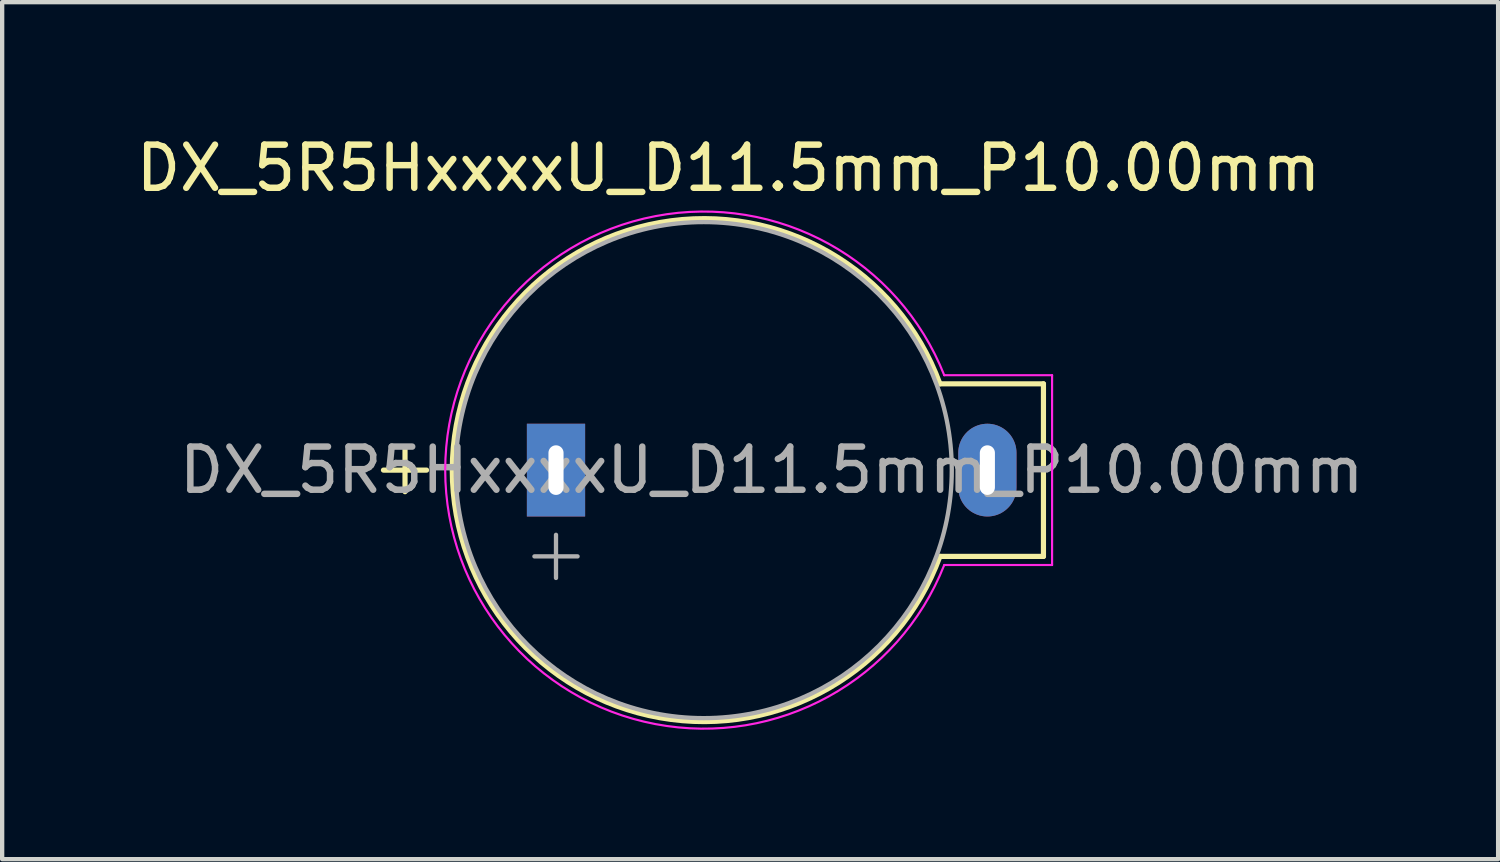
<source format=kicad_pcb>
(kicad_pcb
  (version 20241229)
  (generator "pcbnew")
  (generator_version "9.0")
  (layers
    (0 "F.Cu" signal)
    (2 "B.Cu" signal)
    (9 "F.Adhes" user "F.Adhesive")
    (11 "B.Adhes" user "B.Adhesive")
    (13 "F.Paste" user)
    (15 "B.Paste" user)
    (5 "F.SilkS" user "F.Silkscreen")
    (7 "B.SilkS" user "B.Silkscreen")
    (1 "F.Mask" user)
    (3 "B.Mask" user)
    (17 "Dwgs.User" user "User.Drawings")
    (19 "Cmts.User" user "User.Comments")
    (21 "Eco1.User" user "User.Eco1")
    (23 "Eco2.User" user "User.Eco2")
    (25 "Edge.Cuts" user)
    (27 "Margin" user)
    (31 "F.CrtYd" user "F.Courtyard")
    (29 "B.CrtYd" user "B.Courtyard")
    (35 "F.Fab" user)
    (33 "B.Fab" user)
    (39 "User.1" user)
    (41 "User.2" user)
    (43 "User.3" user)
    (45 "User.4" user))
  (footprint "DX_5R5HxxxxU_D11.5mm_P10.00mm"
    (layer "F.Cu")
    (at 9.839 7.848)
    (property "Reference" "DX_5R5HxxxxU_D11.5mm_P10.00mm" (at 4 -7 0) (layer "F.SilkS") (effects (font (size 1 1) (thickness 0.15))))
    (attr through_hole)
    (fp_line (start -4 0) (end -3 0) (stroke (width 0.12) (type solid)) (layer "F.SilkS"))
    (fp_line (start -3.5 -0.5) (end -3.5 0.5) (stroke (width 0.12) (type solid)) (layer "F.SilkS"))
    (fp_line (start 8.9 -2) (end 11.3 -2) (stroke (width 0.12) (type solid)) (layer "F.SilkS"))
    (fp_line (start 11.3 -2) (end 11.3 2) (stroke (width 0.12) (type solid)) (layer "F.SilkS"))
    (fp_line (start 11.3 2) (end 8.9 2) (stroke (width 0.12) (type solid)) (layer "F.SilkS"))
    (fp_arc (start 8.9 2) (mid -2.403861 0) (end 8.9 -2) (stroke (width 0.12) (type solid)) (layer "F.SilkS"))
    (fp_line (start 9 -2.2) (end 11.5 -2.2) (stroke (width 0.05) (type solid)) (layer "F.CrtYd"))
    (fp_line (start 11.5 -2.2) (end 11.5 2.2) (stroke (width 0.05) (type solid)) (layer "F.CrtYd"))
    (fp_line (start 11.5 2.2) (end 9 2.2) (stroke (width 0.05) (type solid)) (layer "F.CrtYd"))
    (fp_arc (start 9 2.2) (mid -2.568382 0) (end 9 -2.2) (stroke (width 0.05) (type solid)) (layer "F.CrtYd"))
    (fp_line (start -0.5 2) (end 0.5 2) (stroke (width 0.1) (type solid)) (layer "F.Fab"))
    (fp_line (start 0 1.5) (end 0 2.5) (stroke (width 0.1) (type solid)) (layer "F.Fab"))
    (fp_circle (center 3.425 0) (end 9.175 0) (stroke (width 0.1) (type solid)) (fill no) (layer "F.Fab"))
    (fp_text user "${REFERENCE}" (at 5 0 0) (layer "F.Fab") (effects (font (size 1 1) (thickness 0.15))))
    (pad "1" thru_hole rect (at 0 0) (size 1.35 2.15) (drill oval 0.35 1.15) (layers "*.Cu" "*.Mask"))
    (pad "2" thru_hole oval (at 10 0) (size 1.35 2.15) (drill oval 0.35 1.15) (layers "*.Cu" "*.Mask")))
  (gr_rect
    (start -3 -3)
    (end 31.679 16.867)
    (stroke (width 0.1) (type default))
    (fill no)
    (layer "Edge.Cuts")))
</source>
